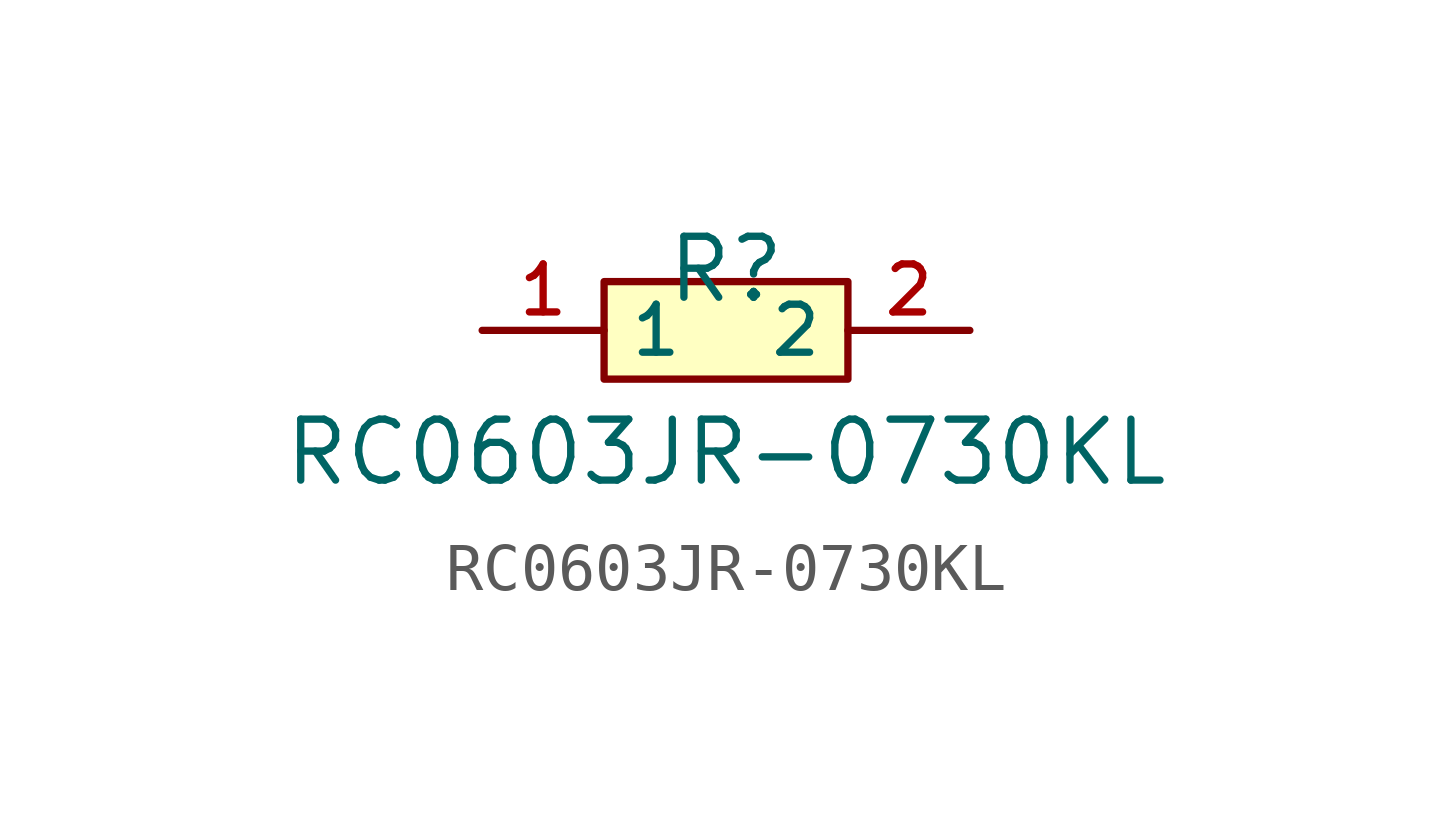
<source format=kicad_sym>
(kicad_symbol_lib
  (version 20210201)
  (generator TousstNicolas/JLC2KiCad_lib)
  (symbol "RC0603JR-0730KL"
    (property "Reference" "R"
      (at 0 1.27 0)
      (effects (font (size 1.27 1.27))))
    (property "Value" "RC0603JR-0730KL"
      (at 0 -2.54 0)
      (effects (font (size 1.27 1.27))))
    (symbol "RC0603JR-0730KL_0_1"
      (pin input line (at 5.08 -0.0 180) (length 2.54) (name "2" (effects (font (size 1 1)))) (number "2" (effects (font (size 1 1)))))
      (pin input line (at -5.08 -0.0 0) (length 2.54) (name "1" (effects (font (size 1 1)))) (number "1" (effects (font (size 1 1)))))
      (rectangle (start -2.54 1.016) (end 2.54 -1.016) (stroke (width 0) (type default) (color 0 0 0 0)) (fill (type background))))))
</source>
